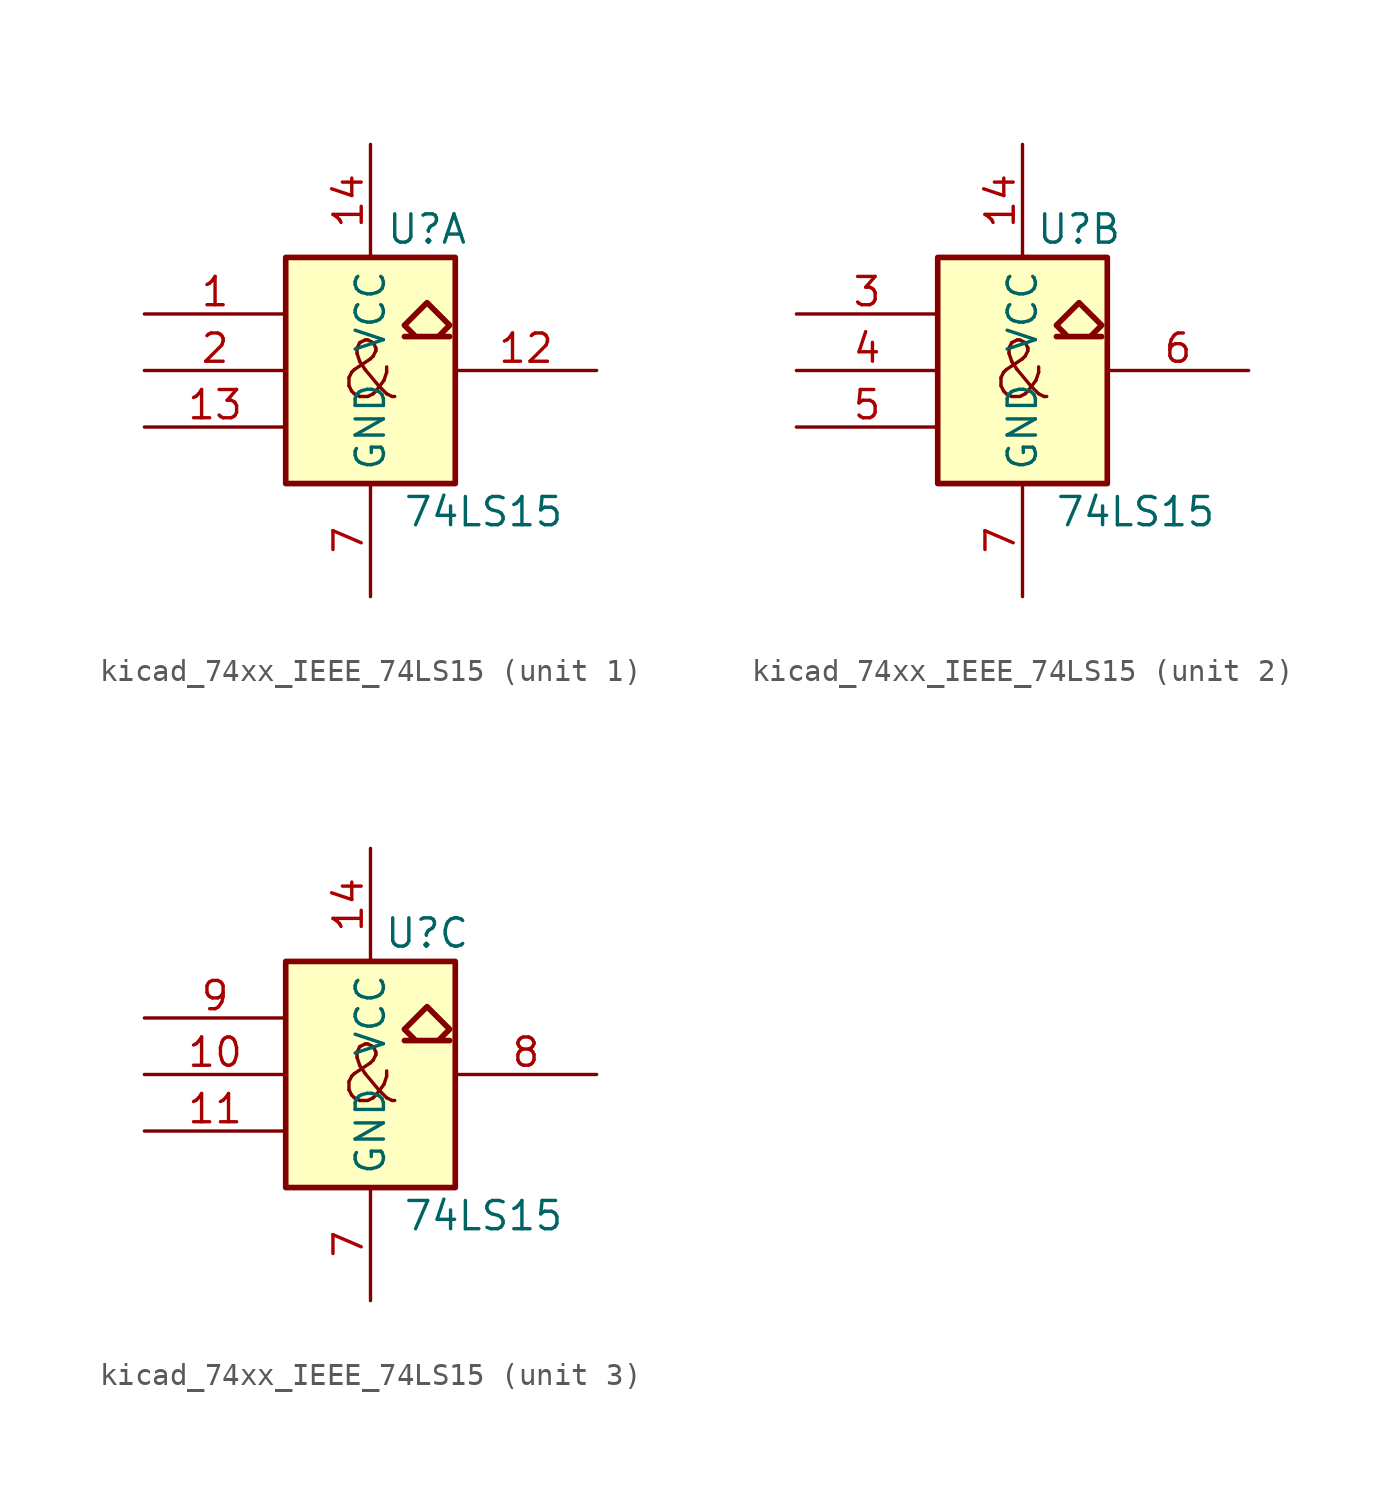
<source format=kicad_sym>
(kicad_symbol_lib
  (version 20220914)
  (generator kicad_symbol_editor)
  (symbol "kicad_74xx_IEEE_74LS15"
    (property "Reference" "U"
      (at 2.54 6.35 0)
      (effects (font (size 1.27 1.27))))
    (property "Value" "74LS15"
      (at 5.08 -6.35 0)
      (effects (font (size 1.27 1.27))))
    (symbol "kicad_74xx_IEEE_74LS15_0_0"
      (polyline (pts (xy 2.032 1.524) (xy 1.524 2.032) (xy 2.54 3.048) (xy 3.556 2.032) (xy 3.048 1.524) (xy 3.556 1.524) (xy 1.524 1.524) (xy 1.524 1.524)) (stroke (width 0.254) (type default)) (fill (type background)))
      (text "&" (at 0 0 0) (effects (font (size 2.54 2.54)))))
    (symbol "kicad_74xx_IEEE_74LS15_0_1"
      (rectangle (start -3.81 5.08) (end 3.81 -5.08) (stroke (width 0.254) (type default)) (fill (type background)))
      (pin power_in line (at 0 10.16 270) (length 5.08) (name "VCC" (effects (font (size 1.27 1.27)))) (number "14" (effects (font (size 1.27 1.27)))))
      (pin power_in line (at 0 -10.16 90) (length 5.08) (name "GND" (effects (font (size 1.27 1.27)))) (number "7" (effects (font (size 1.27 1.27))))))
    (symbol "kicad_74xx_IEEE_74LS15_1_1"
      (pin input line (at -10.16 2.54 0) (length 6.35) (name "~" (effects (font (size 1.27 1.27)))) (number "1" (effects (font (size 1.27 1.27)))))
      (pin output line (at 10.16 0 180) (length 6.35) (name "~" (effects (font (size 1.27 1.27)))) (number "12" (effects (font (size 1.27 1.27)))))
      (pin input line (at -10.16 -2.54 0) (length 6.35) (name "~" (effects (font (size 1.27 1.27)))) (number "13" (effects (font (size 1.27 1.27)))))
      (pin input line (at -10.16 0 0) (length 6.35) (name "~" (effects (font (size 1.27 1.27)))) (number "2" (effects (font (size 1.27 1.27))))))
    (symbol "kicad_74xx_IEEE_74LS15_2_1"
      (pin input line (at -10.16 2.54 0) (length 6.35) (name "~" (effects (font (size 1.27 1.27)))) (number "3" (effects (font (size 1.27 1.27)))))
      (pin input line (at -10.16 0 0) (length 6.35) (name "~" (effects (font (size 1.27 1.27)))) (number "4" (effects (font (size 1.27 1.27)))))
      (pin input line (at -10.16 -2.54 0) (length 6.35) (name "~" (effects (font (size 1.27 1.27)))) (number "5" (effects (font (size 1.27 1.27)))))
      (pin output line (at 10.16 0 180) (length 6.35) (name "~" (effects (font (size 1.27 1.27)))) (number "6" (effects (font (size 1.27 1.27))))))
    (symbol "kicad_74xx_IEEE_74LS15_3_1"
      (pin input line (at -10.16 0 0) (length 6.35) (name "~" (effects (font (size 1.27 1.27)))) (number "10" (effects (font (size 1.27 1.27)))))
      (pin input line (at -10.16 -2.54 0) (length 6.35) (name "~" (effects (font (size 1.27 1.27)))) (number "11" (effects (font (size 1.27 1.27)))))
      (pin output line (at 10.16 0 180) (length 6.35) (name "~" (effects (font (size 1.27 1.27)))) (number "8" (effects (font (size 1.27 1.27)))))
      (pin input line (at -10.16 2.54 0) (length 6.35) (name "~" (effects (font (size 1.27 1.27)))) (number "9" (effects (font (size 1.27 1.27))))))))
</source>
